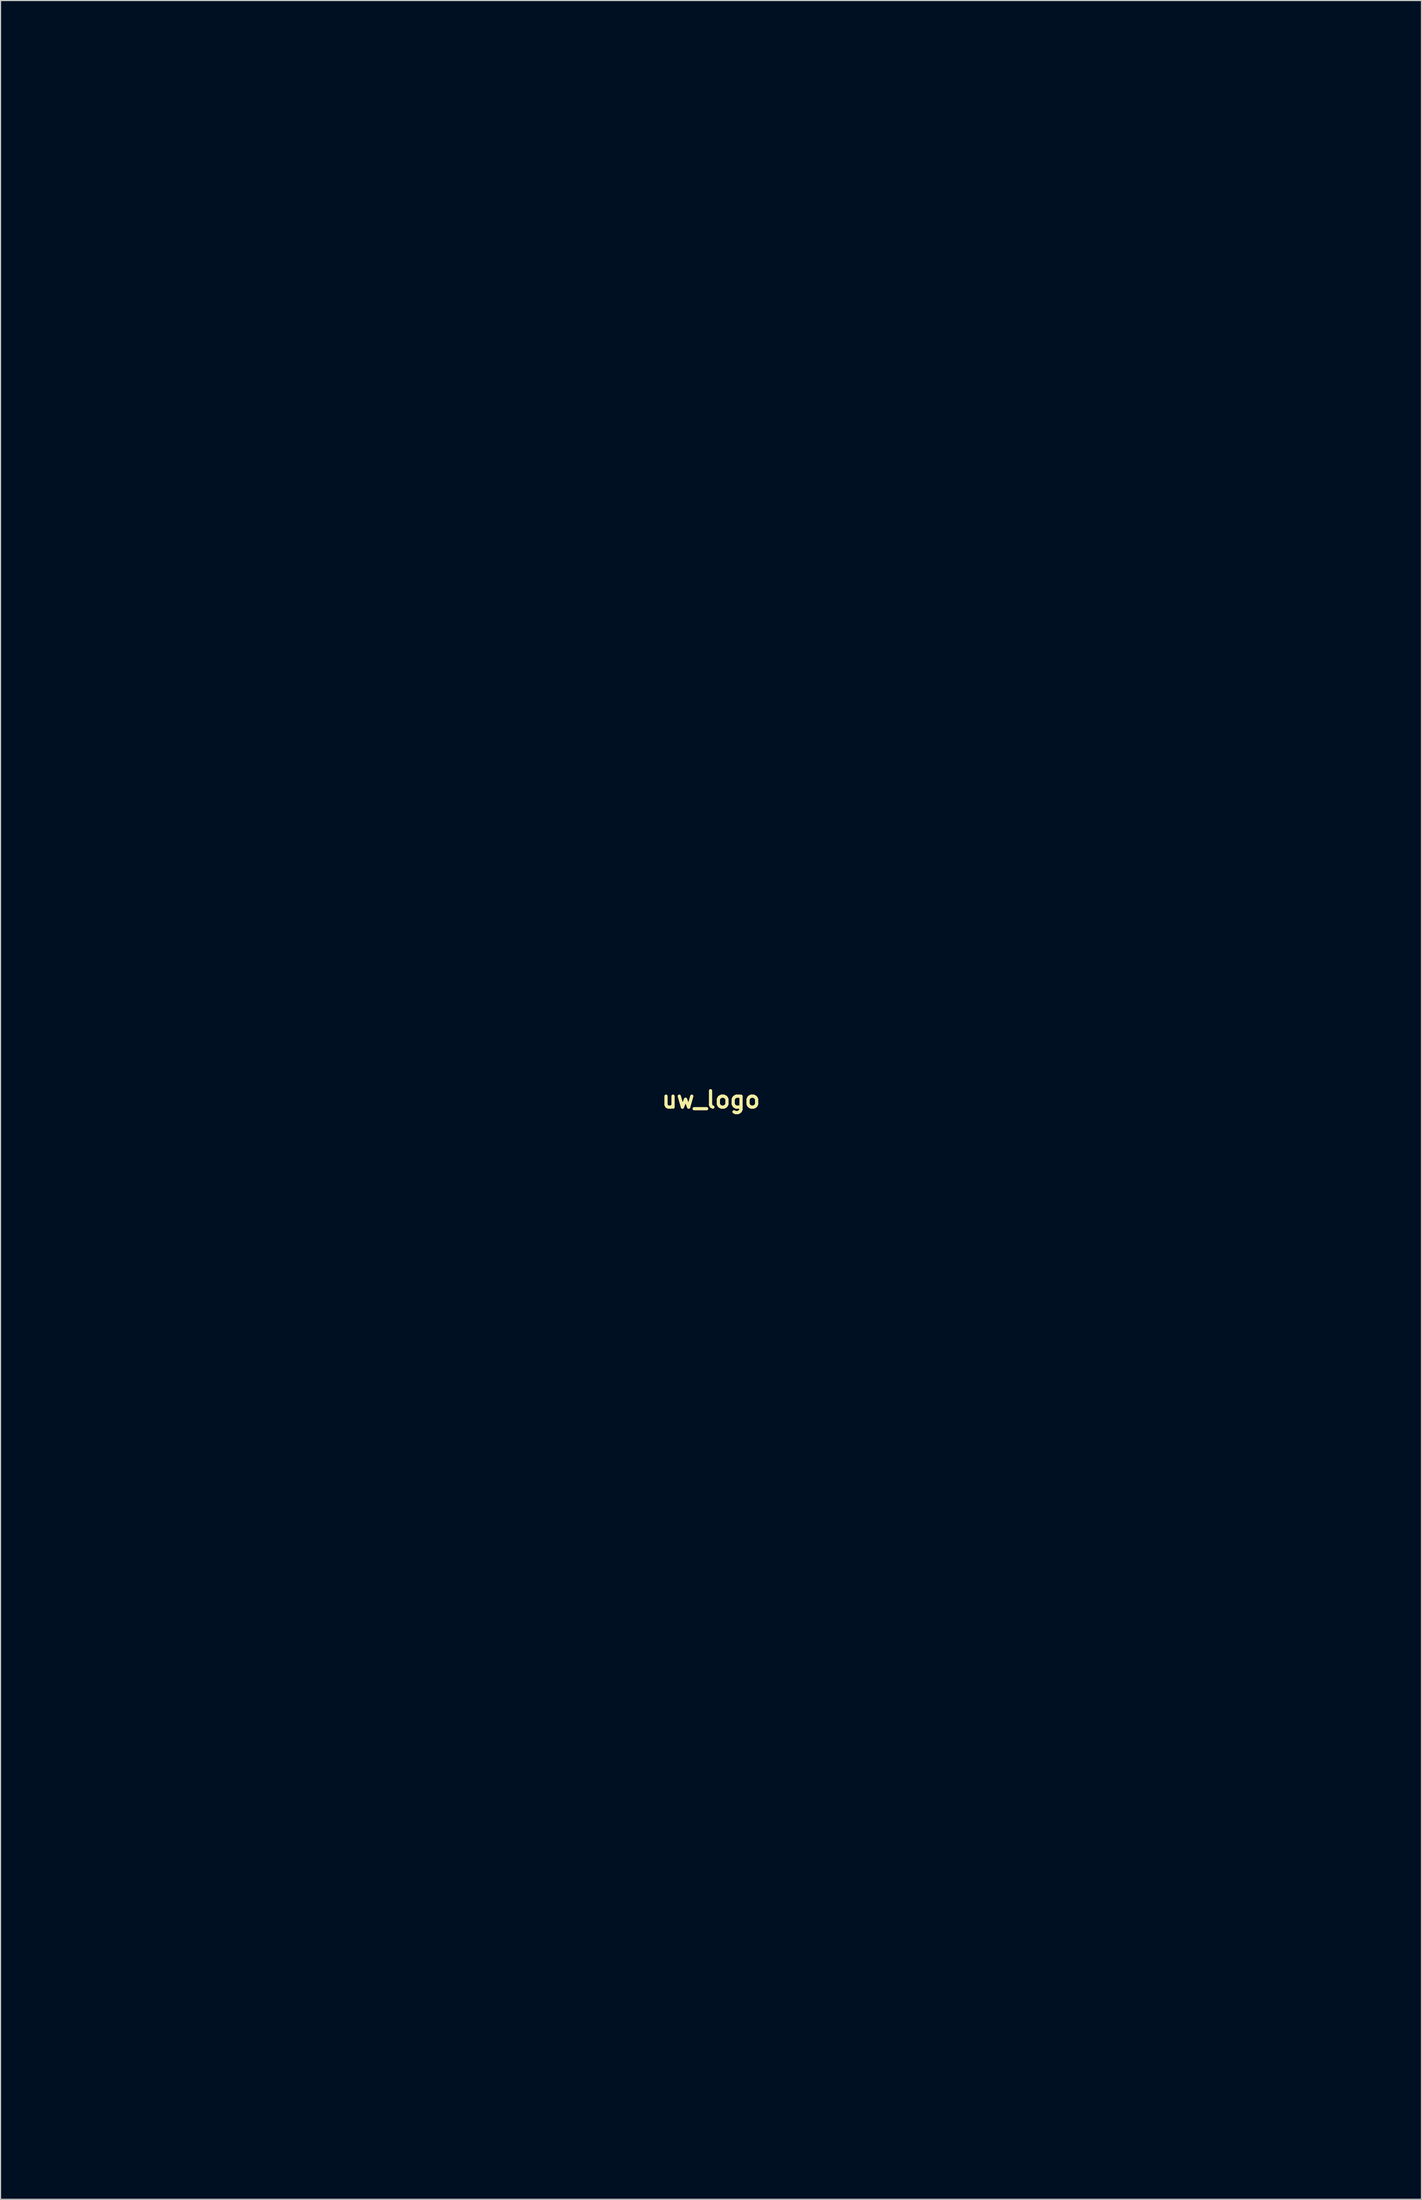
<source format=kicad_pcb>
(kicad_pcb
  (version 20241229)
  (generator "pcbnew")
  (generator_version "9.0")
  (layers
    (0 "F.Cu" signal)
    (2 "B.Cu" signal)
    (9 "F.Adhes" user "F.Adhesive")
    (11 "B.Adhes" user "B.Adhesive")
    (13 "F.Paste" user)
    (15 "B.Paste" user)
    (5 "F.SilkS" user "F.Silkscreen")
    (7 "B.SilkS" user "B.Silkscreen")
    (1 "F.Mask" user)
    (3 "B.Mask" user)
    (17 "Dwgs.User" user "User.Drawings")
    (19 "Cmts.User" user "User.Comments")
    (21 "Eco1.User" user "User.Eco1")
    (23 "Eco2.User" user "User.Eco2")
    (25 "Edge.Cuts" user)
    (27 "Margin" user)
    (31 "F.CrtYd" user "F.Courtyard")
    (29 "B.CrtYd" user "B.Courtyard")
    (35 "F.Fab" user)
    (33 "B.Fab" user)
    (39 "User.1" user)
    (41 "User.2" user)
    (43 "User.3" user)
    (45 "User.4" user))
  (footprint "uw_logo"
    (layer "F.Cu")
    (at 62.984 99.023)
    (property "Reference" "uw_logo" (at 0 0 0) (layer "F.SilkS") (effects (font (size 1.524 1.524) (thickness 0.3))))
    (attr through_hole)
    (fp_poly (pts (xy 1.074 -98.993) (xy 1.736 -98.938) (xy 2.222 -98.865) (xy 2.724 -98.746) (xy 3.297 -98.582) (xy 3.889 -98.391) (xy 4.446 -98.19) (xy 4.914 -97.996) (xy 5.083 -97.916) (xy 5.886 -97.446) (xy 6.703 -96.854) (xy 7.486 -96.174) (xy 7.844 -95.82) (xy 8.766 -94.756) (xy 9.536 -93.63) (xy 10.168 -92.423) (xy 10.586 -91.375) (xy 10.856 -90.602) (xy 11.333 -90.51) (xy 12.497 -90.216) (xy 13.691 -89.785) (xy 14.878 -89.232) (xy 16.021 -88.576) (xy 17.016 -87.884) (xy 17.553 -87.439) (xy 18.101 -86.924) (xy 18.634 -86.367) (xy 19.128 -85.796) (xy 19.559 -85.239) (xy 19.903 -84.724) (xy 20.135 -84.281) (xy 20.14 -84.269) (xy 20.245 -84.015) (xy 21.475 -83.956) (xy 23.782 -83.764) (xy 26.069 -83.407) (xy 28.325 -82.889) (xy 30.536 -82.214) (xy 32.691 -81.385) (xy 34.776 -80.405) (xy 35.842 -79.831) (xy 36.388 -79.509) (xy 37.029 -79.108) (xy 37.727 -78.654) (xy 38.444 -78.173) (xy 39.142 -77.689) (xy 39.784 -77.229) (xy 40.331 -76.818) (xy 40.467 -76.711) (xy 42.469 -75.014) (xy 44.382 -73.175) (xy 46.206 -71.192) (xy 47.941 -69.067) (xy 49.588 -66.798) (xy 51.147 -64.385) (xy 52.618 -61.827) (xy 53.595 -59.953) (xy 54.993 -56.985) (xy 56.28 -53.892) (xy 57.457 -50.675) (xy 58.522 -47.338) (xy 59.474 -43.884) (xy 60.314 -40.315) (xy 61.041 -36.635) (xy 61.654 -32.846) (xy 62.152 -28.952) (xy 62.535 -24.955) (xy 62.803 -20.858) (xy 62.954 -16.664) (xy 62.991 -13.293) (xy 62.926 -8.769) (xy 62.731 -4.241) (xy 62.407 0.284) (xy 61.958 4.797) (xy 61.385 9.291) (xy 60.691 13.757) (xy 59.878 18.188) (xy 58.948 22.574) (xy 57.903 26.908) (xy 56.745 31.182) (xy 55.478 35.388) (xy 54.103 39.518) (xy 52.622 43.563) (xy 51.037 47.515) (xy 49.351 51.366) (xy 47.566 55.109) (xy 45.685 58.734) (xy 43.709 62.235) (xy 41.641 65.602) (xy 40.999 66.59) (xy 38.928 69.62) (xy 36.808 72.491) (xy 34.633 75.207) (xy 32.401 77.772) (xy 30.108 80.189) (xy 27.752 82.462) (xy 25.329 84.595) (xy 25.146 84.747) (xy 22.752 86.644) (xy 20.293 88.398) (xy 17.776 90.006) (xy 15.207 91.463) (xy 12.593 92.767) (xy 9.941 93.914) (xy 7.257 94.9) (xy 4.549 95.721) (xy 3.978 95.873) (xy 2.89 96.154) (xy 2.262 96.993) (xy 1.785 97.596) (xy 1.325 98.112) (xy 0.896 98.528) (xy 0.511 98.833) (xy 0.185 99.013) (xy -0.027 99.059) (xy -0.167 99.023) (xy -0.369 98.934) (xy -0.381 98.928) (xy -0.661 98.738) (xy -1.01 98.429) (xy -1.403 98.024) (xy -1.82 97.549) (xy -2.235 97.025) (xy -2.26 96.993) (xy -2.89 96.154) (xy -3.978 95.873) (xy -6.689 95.086) (xy -9.377 94.135) (xy -12.035 93.023) (xy -14.656 91.753) (xy -17.233 90.329) (xy -19.759 88.754) (xy -22.228 87.034) (xy -24.631 85.17) (xy -24.765 85.06) (xy -26.371 83.692) (xy -28.011 82.203) (xy -29.65 80.626) (xy -31.256 78.994) (xy -32.794 77.34) (xy -33.911 76.073) (xy -36.193 73.299) (xy -38.398 70.378) (xy -40.526 67.317) (xy -42.573 64.122) (xy -44.537 60.799) (xy -46.415 57.354) (xy -48.206 53.794) (xy -49.907 50.124) (xy -51.516 46.351) (xy -53.029 42.481) (xy -54.446 38.519) (xy -55.764 34.473) (xy -56.979 30.348) (xy -58.091 26.151) (xy -59.097 21.887) (xy -59.993 17.563) (xy -60.779 13.184) (xy -61.452 8.758) (xy -62.008 4.289) (xy -62.308 1.355) (xy -62.563 -1.75) (xy -62.759 -4.924) (xy -62.894 -8.134) (xy -62.967 -11.343) (xy -62.979 -14.518) (xy -62.928 -17.623) (xy -62.814 -20.623) (xy -62.734 -22.056) (xy -62.545 -24.553) (xy -31.496 -24.553) (xy -31.496 -20.594) (xy -31.042 -20.537) (xy -30.47 -20.403) (xy -29.929 -20.161) (xy -29.453 -19.835) (xy -29.077 -19.448) (xy -28.834 -19.024) (xy -28.832 -19.019) (xy -28.805 -18.914) (xy -28.74 -18.65) (xy -28.639 -18.23) (xy -28.504 -17.662) (xy -28.335 -16.95) (xy -28.134 -16.099) (xy -27.902 -15.116) (xy -27.64 -14.004) (xy -27.35 -12.769) (xy -27.033 -11.417) (xy -26.689 -9.952) (xy -26.321 -8.381) (xy -25.929 -6.708) (xy -25.515 -4.938) (xy -25.08 -3.078) (xy -24.625 -1.132) (xy -24.151 0.895) (xy -23.661 2.998) (xy -23.153 5.17) (xy -22.631 7.407) (xy -22.096 9.704) (xy -21.548 12.054) (xy -20.988 14.454) (xy -20.419 16.897) (xy -20.066 18.415) (xy -19.491 20.88) (xy -18.927 23.304) (xy -18.373 25.681) (xy -17.831 28.006) (xy -17.303 30.274) (xy -16.789 32.48) (xy -16.291 34.618) (xy -15.809 36.684) (xy -15.346 38.671) (xy -14.902 40.575) (xy -14.478 42.391) (xy -14.077 44.113) (xy -13.698 45.736) (xy -13.344 47.255) (xy -13.015 48.665) (xy -12.712 49.96) (xy -12.438 51.135) (xy -12.192 52.185) (xy -11.977 53.105) (xy -11.794 53.889) (xy -11.643 54.533) (xy -11.526 55.031) (xy -11.444 55.377) (xy -11.399 55.568) (xy -11.39 55.605) (xy -11.297 55.644) (xy -11.074 55.676) (xy -10.758 55.698) (xy -10.384 55.712) (xy -9.987 55.716) (xy -9.605 55.711) (xy -9.272 55.697) (xy -9.025 55.672) (xy -8.899 55.637) (xy -8.89 55.624) (xy -8.877 55.535) (xy -8.84 55.288) (xy -8.78 54.887) (xy -8.698 54.343) (xy -8.594 53.661) (xy -8.471 52.85) (xy -8.329 51.917) (xy -8.17 50.87) (xy -7.995 49.716) (xy -7.804 48.463) (xy -7.599 47.119) (xy -7.382 45.691) (xy -7.152 44.186) (xy -6.913 42.613) (xy -6.663 40.979) (xy -6.406 39.292) (xy -6.142 37.558) (xy -5.871 35.786) (xy -5.596 33.984) (xy -5.318 32.159) (xy -5.037 30.318) (xy -4.755 28.469) (xy -4.472 26.62) (xy -4.191 24.778) (xy -3.912 22.951) (xy -3.636 21.146) (xy -3.365 19.372) (xy -3.1 17.635) (xy -2.841 15.944) (xy -2.591 14.305) (xy -2.349 12.727) (xy -2.118 11.217) (xy -1.899 9.783) (xy -1.692 8.431) (xy -1.499 7.171) (xy -1.321 6.009) (xy -1.251 5.557) (xy -1.127 4.76) (xy -1.017 4.09) (xy -0.923 3.556) (xy -0.847 3.165) (xy -0.789 2.924) (xy -0.753 2.841) (xy -0.746 2.847) (xy -0.725 2.942) (xy -0.673 3.197) (xy -0.591 3.605) (xy -0.481 4.161) (xy -0.343 4.857) (xy -0.179 5.688) (xy 0.009 6.648) (xy 0.221 7.729) (xy 0.456 8.927) (xy 0.711 10.233) (xy 0.987 11.643) (xy 1.281 13.149) (xy 1.592 14.746) (xy 1.92 16.427) (xy 2.263 18.186) (xy 2.619 20.016) (xy 2.988 21.911) (xy 3.367 23.865) (xy 3.757 25.872) (xy 4.156 27.925) (xy 4.406 29.21) (xy 4.809 31.288) (xy 5.204 33.324) (xy 5.59 35.311) (xy 5.966 37.243) (xy 6.329 39.113) (xy 6.679 40.917) (xy 7.016 42.646) (xy 7.336 44.295) (xy 7.64 45.857) (xy 7.926 47.326) (xy 8.193 48.697) (xy 8.439 49.961) (xy 8.664 51.114) (xy 8.866 52.149) (xy 9.043 53.06) (xy 9.196 53.839) (xy 9.321 54.482) (xy 9.419 54.981) (xy 9.488 55.33) (xy 9.527 55.524) (xy 9.535 55.562) (xy 9.57 55.624) (xy 9.652 55.666) (xy 9.808 55.692) (xy 10.065 55.705) (xy 10.452 55.71) (xy 10.665 55.711) (xy 11.11 55.709) (xy 11.415 55.703) (xy 11.608 55.685) (xy 11.716 55.653) (xy 11.769 55.6) (xy 11.795 55.523) (xy 11.795 55.52) (xy 11.816 55.426) (xy 11.873 55.171) (xy 11.964 54.761) (xy 12.087 54.202) (xy 12.243 53.499) (xy 12.429 52.657) (xy 12.645 51.681) (xy 12.889 50.576) (xy 13.16 49.348) (xy 13.458 48.002) (xy 13.78 46.544) (xy 14.126 44.978) (xy 14.495 43.31) (xy 14.885 41.545) (xy 15.295 39.688) (xy 15.724 37.745) (xy 16.171 35.721) (xy 16.635 33.621) (xy 17.115 31.451) (xy 17.609 29.215) (xy 18.116 26.919) (xy 18.635 24.568) (xy 19.166 22.168) (xy 19.706 19.724) (xy 20.023 18.288) (xy 20.728 15.096) (xy 21.398 12.066) (xy 22.032 9.196) (xy 22.633 6.484) (xy 23.199 3.925) (xy 23.733 1.518) (xy 24.234 -0.741) (xy 24.703 -2.854) (xy 25.141 -4.824) (xy 25.549 -6.655) (xy 25.927 -8.347) (xy 26.275 -9.906) (xy 26.595 -11.333) (xy 26.886 -12.631) (xy 27.151 -13.803) (xy 27.388 -14.851) (xy 27.599 -15.78) (xy 27.785 -16.59) (xy 27.946 -17.287) (xy 28.083 -17.871) (xy 28.196 -18.346) (xy 28.286 -18.714) (xy 28.353 -18.98) (xy 28.399 -19.144) (xy 28.42 -19.204) (xy 28.7 -19.647) (xy 29.066 -19.975) (xy 29.534 -20.193) (xy 30.119 -20.31) (xy 30.755 -20.335) (xy 31.496 -20.322) (xy 31.496 -24.553) (xy 18.881 -24.553) (xy 18.881 -20.425) (xy 19.798 -20.469) (xy 20.266 -20.483) (xy 20.615 -20.474) (xy 20.893 -20.437) (xy 21.15 -20.368) (xy 21.159 -20.365) (xy 21.675 -20.115) (xy 22.069 -19.749) (xy 22.339 -19.269) (xy 22.483 -18.678) (xy 22.501 -17.977) (xy 22.5 -17.957) (xy 22.475 -17.794) (xy 22.412 -17.467) (xy 22.31 -16.975) (xy 22.169 -16.318) (xy 21.989 -15.497) (xy 21.77 -14.511) (xy 21.513 -13.361) (xy 21.216 -12.046) (xy 20.881 -10.567) (xy 20.507 -8.923) (xy 20.095 -7.116) (xy 19.644 -5.144) (xy 19.154 -3.008) (xy 18.625 -0.708) (xy 18.058 1.756) (xy 17.452 4.384) (xy 17.448 4.403) (xy 17.013 6.286) (xy 16.588 8.126) (xy 16.175 9.917) (xy 15.774 11.651) (xy 15.388 13.322) (xy 15.019 14.923) (xy 14.666 16.447) (xy 14.333 17.887) (xy 14.021 19.237) (xy 13.732 20.489) (xy 13.466 21.637) (xy 13.226 22.673) (xy 13.013 23.591) (xy 12.829 24.385) (xy 12.676 25.046) (xy 12.554 25.569) (xy 12.466 25.947) (xy 12.413 26.171) (xy 12.397 26.238) (xy 12.345 26.324) (xy 12.325 26.322) (xy 12.323 26.322) (xy 12.321 26.326) (xy 12.319 26.328) (xy 12.316 26.324) (xy 12.311 26.308) (xy 12.303 26.276) (xy 12.29 26.223) (xy 12.272 26.143) (xy 12.247 26.033) (xy 12.215 25.886) (xy 12.175 25.698) (xy 12.125 25.464) (xy 12.064 25.179) (xy 11.992 24.838) (xy 11.907 24.436) (xy 11.809 23.968) (xy 11.696 23.429) (xy 11.567 22.814) (xy 11.421 22.119) (xy 11.257 21.337) (xy 11.075 20.466) (xy 10.872 19.498) (xy 10.649 18.43) (xy 10.404 17.256) (xy 10.135 15.972) (xy 9.843 14.572) (xy 9.525 13.051) (xy 9.181 11.406) (xy 8.81 9.63) (xy 8.411 7.718) (xy 7.982 5.666) (xy 7.524 3.469) (xy 7.033 1.122) (xy 6.511 -1.381) (xy 5.955 -4.043) (xy 5.88 -4.403) (xy 5.447 -6.475) (xy 5.023 -8.505) (xy 4.609 -10.487) (xy 4.206 -12.414) (xy 3.816 -14.281) (xy 3.44 -16.08) (xy 3.08 -17.805) (xy 2.736 -19.451) (xy 2.41 -21.011) (xy 2.103 -22.478) (xy 1.817 -23.846) (xy 1.553 -25.109) (xy 1.312 -26.261) (xy 1.096 -27.295) (xy 0.906 -28.205) (xy 0.743 -28.984) (xy 0.608 -29.627) (xy 0.503 -30.127) (xy 0.43 -30.478) (xy 0.388 -30.673) (xy 0.38 -30.713) (xy 0.353 -30.795) (xy 0.297 -30.849) (xy 0.182 -30.881) (xy -0.022 -30.897) (xy -0.345 -30.903) (xy -0.635 -30.903) (xy -1.053 -30.902) (xy -1.331 -30.893) (xy -1.501 -30.872) (xy -1.592 -30.833) (xy -1.634 -30.77) (xy -1.65 -30.713) (xy -1.666 -30.615) (xy -1.708 -30.357) (xy -1.773 -29.943) (xy -1.861 -29.381) (xy -1.971 -28.676) (xy -2.103 -27.835) (xy -2.254 -26.863) (xy -2.425 -25.768) (xy -2.614 -24.555) (xy -2.82 -23.23) (xy -3.043 -21.8) (xy -3.28 -20.271) (xy -3.533 -18.648) (xy -3.798 -16.939) (xy -4.076 -15.15) (xy -4.366 -13.286) (xy -4.665 -11.353) (xy -4.975 -9.359) (xy -5.293 -7.309) (xy -5.619 -5.209) (xy -5.951 -3.066) (xy -6.013 -2.667) (xy -6.414 -0.082) (xy -6.789 2.341) (xy -7.141 4.607) (xy -7.468 6.722) (xy -7.774 8.69) (xy -8.057 10.517) (xy -8.319 12.208) (xy -8.562 13.768) (xy -8.784 15.203) (xy -8.989 16.518) (xy -9.175 17.718) (xy -9.345 18.808) (xy -9.499 19.794) (xy -9.637 20.68) (xy -9.761 21.473) (xy -9.871 22.176) (xy -9.969 22.796) (xy -10.055 23.338) (xy -10.129 23.807) (xy -10.193 24.208) (xy -10.248 24.546) (xy -10.294 24.827) (xy -10.332 25.056) (xy -10.363 25.239) (xy -10.388 25.379) (xy -10.408 25.483) (xy -10.423 25.556) (xy -10.434 25.603) (xy -10.443 25.63) (xy -10.449 25.64) (xy -10.454 25.641) (xy -10.457 25.639) (xy -10.478 25.555) (xy -10.536 25.313) (xy -10.629 24.92) (xy -10.756 24.383) (xy -10.915 23.708) (xy -11.105 22.903) (xy -11.323 21.974) (xy -11.569 20.928) (xy -11.84 19.772) (xy -12.135 18.512) (xy -12.452 17.157) (xy -12.79 15.712) (xy -13.148 14.184) (xy -13.523 12.581) (xy -13.914 10.908) (xy -14.319 9.174) (xy -14.737 7.384) (xy -15.166 5.547) (xy -15.486 4.176) (xy -16.007 1.944) (xy -16.491 -0.129) (xy -16.939 -2.05) (xy -17.352 -3.823) (xy -17.732 -5.457) (xy -18.08 -6.955) (xy -18.398 -8.325) (xy -18.687 -9.573) (xy -18.949 -10.705) (xy -19.184 -11.726) (xy -19.394 -12.644) (xy -19.581 -13.463) (xy -19.745 -14.19) (xy -19.889 -14.831) (xy -20.013 -15.392) (xy -20.119 -15.88) (xy -20.209 -16.3) (xy -20.283 -16.658) (xy -20.343 -16.961) (xy -20.391 -17.214) (xy -20.427 -17.424) (xy -20.454 -17.596) (xy -20.472 -17.737) (xy -20.483 -17.853) (xy -20.488 -17.95) (xy -20.489 -18.012) (xy -20.447 -18.73) (xy -20.317 -19.313) (xy -20.097 -19.772) (xy -19.965 -19.945) (xy -19.54 -20.315) (xy -19.038 -20.541) (xy -18.449 -20.626) (xy -17.886 -20.591) (xy -17.357 -20.517) (xy -17.357 -24.553) (xy -31.496 -24.553) (xy -62.545 -24.553) (xy -62.431 -26.068) (xy -62.028 -29.948) (xy -61.523 -33.701) (xy -60.915 -37.332) (xy -60.204 -40.846) (xy -59.388 -44.248) (xy -58.467 -47.542) (xy -57.438 -50.735) (xy -56.303 -53.83) (xy -56.179 -54.144) (xy -54.963 -57.047) (xy -53.668 -59.803) (xy -52.293 -62.414) (xy -50.834 -64.884) (xy -49.29 -67.217) (xy -47.659 -69.416) (xy -45.939 -71.485) (xy -44.473 -73.072) (xy -43.007 -74.52) (xy -41.535 -75.834) (xy -40.018 -77.049) (xy -38.415 -78.198) (xy -38.058 -78.437) (xy -37.269 -78.954) (xy -36.574 -79.391) (xy -35.932 -79.773) (xy -35.3 -80.124) (xy -34.639 -80.466) (xy -33.937 -80.81) (xy -31.785 -81.75) (xy -29.589 -82.526) (xy -27.349 -83.139) (xy -25.069 -83.588) (xy -22.75 -83.872) (xy -21.475 -83.956) (xy -20.245 -84.015) (xy -20.14 -84.269) (xy -19.858 -84.813) (xy -19.448 -85.412) (xy -18.932 -86.043) (xy -18.333 -86.683) (xy -17.672 -87.309) (xy -16.973 -87.899) (xy -16.257 -88.43) (xy -15.79 -88.734) (xy -14.943 -89.206) (xy -14.012 -89.643) (xy -13.051 -90.022) (xy -12.112 -90.323) (xy -11.333 -90.51) (xy -10.856 -90.602) (xy -10.586 -91.375) (xy -10.061 -92.642) (xy -9.402 -93.836) (xy -8.622 -94.941) (xy -7.734 -95.942) (xy -6.75 -96.823) (xy -5.684 -97.568) (xy -5.454 -97.704) (xy -4.857 -98.005) (xy -4.144 -98.297) (xy -3.369 -98.561) (xy -2.586 -98.778) (xy -2.371 -98.828) (xy -1.823 -98.919) (xy -1.157 -98.981) (xy -0.42 -99.014) (xy 0.34 -99.018) (xy 1.074 -98.993)) (stroke (width 0.01) (type solid)) (fill no) (layer "Eco2.User")))
  (gr_rect
    (start -3 -3)
    (end 128.98 201.088)
    (stroke (width 0.1) (type default))
    (fill no)
    (layer "Edge.Cuts")))
</source>
